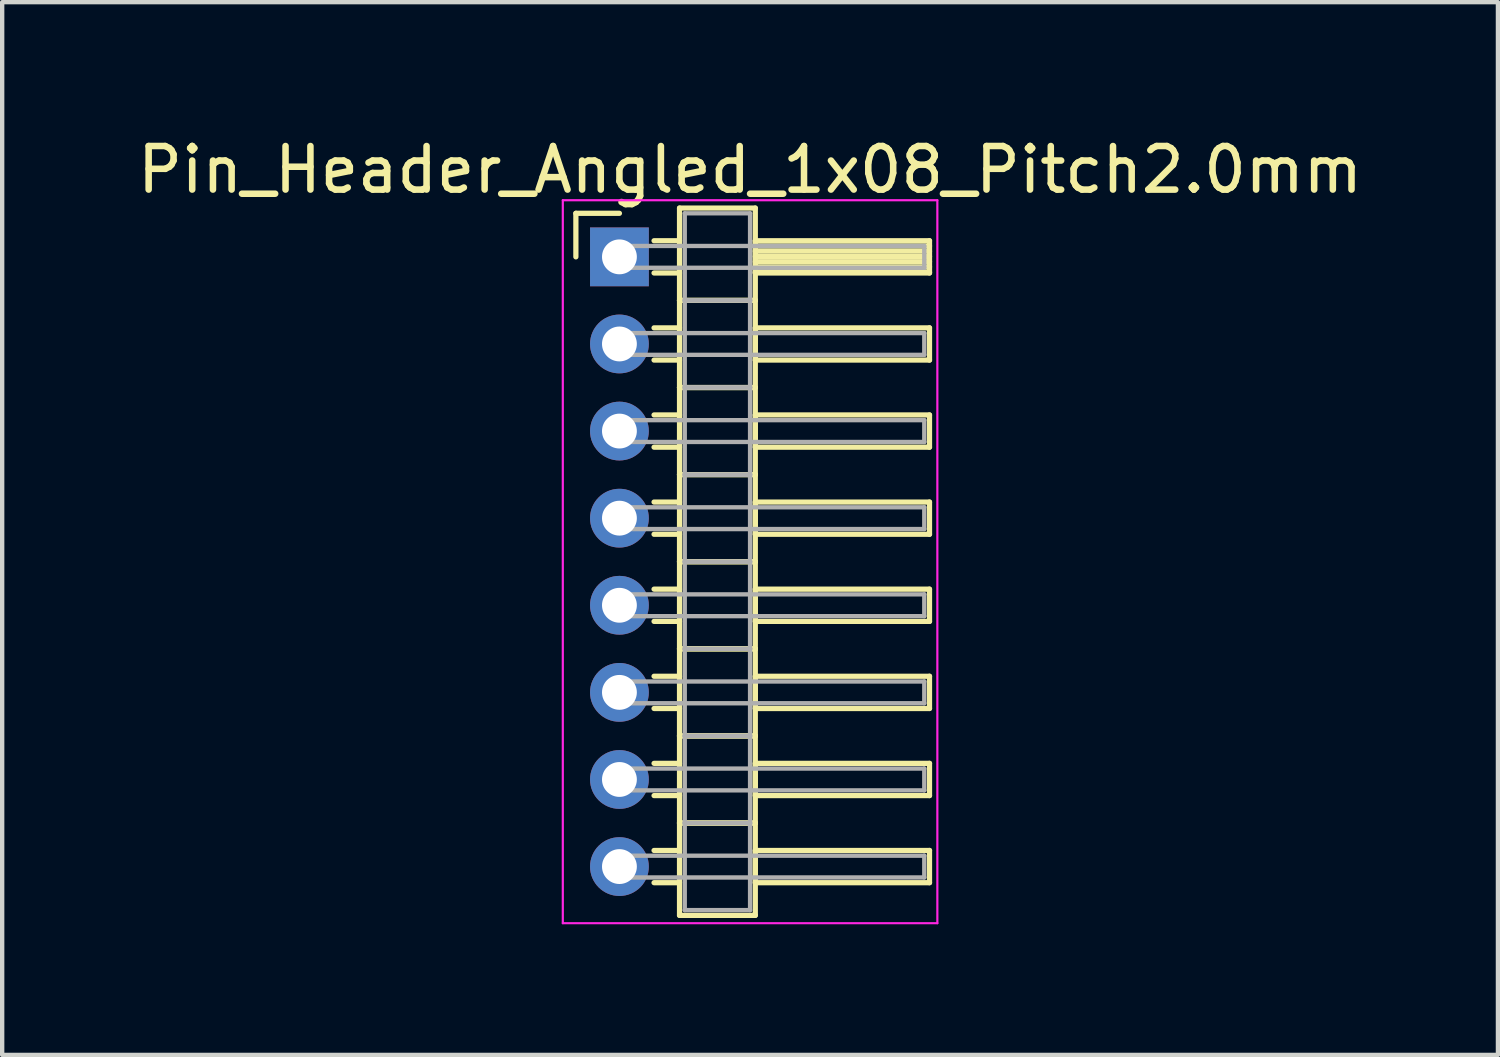
<source format=kicad_pcb>
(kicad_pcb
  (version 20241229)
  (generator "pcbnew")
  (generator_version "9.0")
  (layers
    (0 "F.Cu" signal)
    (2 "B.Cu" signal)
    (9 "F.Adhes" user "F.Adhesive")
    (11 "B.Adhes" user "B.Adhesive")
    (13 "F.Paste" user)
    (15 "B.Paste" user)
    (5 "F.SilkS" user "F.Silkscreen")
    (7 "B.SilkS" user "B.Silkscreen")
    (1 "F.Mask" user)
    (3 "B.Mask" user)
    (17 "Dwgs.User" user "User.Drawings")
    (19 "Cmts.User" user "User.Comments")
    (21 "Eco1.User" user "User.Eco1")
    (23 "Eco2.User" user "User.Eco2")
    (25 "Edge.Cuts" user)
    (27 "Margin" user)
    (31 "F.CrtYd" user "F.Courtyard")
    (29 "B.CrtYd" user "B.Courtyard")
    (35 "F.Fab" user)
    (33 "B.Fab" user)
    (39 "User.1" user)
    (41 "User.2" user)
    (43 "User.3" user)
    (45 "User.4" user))
  (footprint "Pin_Header_Angled_1x08_Pitch2.0mm"
    (layer "F.Cu")
    (at 11.173 2.848)
    (property "Reference" "Pin_Header_Angled_1x08_Pitch2.0mm" (at 3 -2 0) (layer "F.SilkS") (effects (font (size 1 1) (thickness 0.15))))
    (attr through_hole)
    (fp_line (start -1 -1) (end 0 -1) (stroke (width 0.12) (type solid)) (layer "F.SilkS"))
    (fp_line (start -1 0) (end -1 -1) (stroke (width 0.12) (type solid)) (layer "F.SilkS"))
    (fp_line (start 0.795 -0.37) (end 1.38 -0.37) (stroke (width 0.12) (type solid)) (layer "F.SilkS"))
    (fp_line (start 0.795 0.37) (end 1.38 0.37) (stroke (width 0.12) (type solid)) (layer "F.SilkS"))
    (fp_line (start 0.795 1.63) (end 1.38 1.63) (stroke (width 0.12) (type solid)) (layer "F.SilkS"))
    (fp_line (start 0.795 2.37) (end 1.38 2.37) (stroke (width 0.12) (type solid)) (layer "F.SilkS"))
    (fp_line (start 0.795 3.63) (end 1.38 3.63) (stroke (width 0.12) (type solid)) (layer "F.SilkS"))
    (fp_line (start 0.795 4.37) (end 1.38 4.37) (stroke (width 0.12) (type solid)) (layer "F.SilkS"))
    (fp_line (start 0.795 5.63) (end 1.38 5.63) (stroke (width 0.12) (type solid)) (layer "F.SilkS"))
    (fp_line (start 0.795 6.37) (end 1.38 6.37) (stroke (width 0.12) (type solid)) (layer "F.SilkS"))
    (fp_line (start 0.795 7.63) (end 1.38 7.63) (stroke (width 0.12) (type solid)) (layer "F.SilkS"))
    (fp_line (start 0.795 8.37) (end 1.38 8.37) (stroke (width 0.12) (type solid)) (layer "F.SilkS"))
    (fp_line (start 0.795 9.63) (end 1.38 9.63) (stroke (width 0.12) (type solid)) (layer "F.SilkS"))
    (fp_line (start 0.795 10.37) (end 1.38 10.37) (stroke (width 0.12) (type solid)) (layer "F.SilkS"))
    (fp_line (start 0.795 11.63) (end 1.38 11.63) (stroke (width 0.12) (type solid)) (layer "F.SilkS"))
    (fp_line (start 0.795 12.37) (end 1.38 12.37) (stroke (width 0.12) (type solid)) (layer "F.SilkS"))
    (fp_line (start 0.795 13.63) (end 1.38 13.63) (stroke (width 0.12) (type solid)) (layer "F.SilkS"))
    (fp_line (start 0.795 14.37) (end 1.38 14.37) (stroke (width 0.12) (type solid)) (layer "F.SilkS"))
    (fp_line (start 1.38 -1.12) (end 1.38 1) (stroke (width 0.12) (type solid)) (layer "F.SilkS"))
    (fp_line (start 1.38 1) (end 1.38 3) (stroke (width 0.12) (type solid)) (layer "F.SilkS"))
    (fp_line (start 1.38 1) (end 3.12 1) (stroke (width 0.12) (type solid)) (layer "F.SilkS"))
    (fp_line (start 1.38 3) (end 1.38 5) (stroke (width 0.12) (type solid)) (layer "F.SilkS"))
    (fp_line (start 1.38 3) (end 3.12 3) (stroke (width 0.12) (type solid)) (layer "F.SilkS"))
    (fp_line (start 1.38 5) (end 1.38 7) (stroke (width 0.12) (type solid)) (layer "F.SilkS"))
    (fp_line (start 1.38 5) (end 3.12 5) (stroke (width 0.12) (type solid)) (layer "F.SilkS"))
    (fp_line (start 1.38 7) (end 1.38 9) (stroke (width 0.12) (type solid)) (layer "F.SilkS"))
    (fp_line (start 1.38 7) (end 3.12 7) (stroke (width 0.12) (type solid)) (layer "F.SilkS"))
    (fp_line (start 1.38 9) (end 1.38 11) (stroke (width 0.12) (type solid)) (layer "F.SilkS"))
    (fp_line (start 1.38 9) (end 3.12 9) (stroke (width 0.12) (type solid)) (layer "F.SilkS"))
    (fp_line (start 1.38 11) (end 1.38 13) (stroke (width 0.12) (type solid)) (layer "F.SilkS"))
    (fp_line (start 1.38 11) (end 3.12 11) (stroke (width 0.12) (type solid)) (layer "F.SilkS"))
    (fp_line (start 1.38 13) (end 1.38 15.12) (stroke (width 0.12) (type solid)) (layer "F.SilkS"))
    (fp_line (start 1.38 13) (end 3.12 13) (stroke (width 0.12) (type solid)) (layer "F.SilkS"))
    (fp_line (start 1.38 15.12) (end 3.12 15.12) (stroke (width 0.12) (type solid)) (layer "F.SilkS"))
    (fp_line (start 3.12 -1.12) (end 1.38 -1.12) (stroke (width 0.12) (type solid)) (layer "F.SilkS"))
    (fp_line (start 3.12 -0.37) (end 3.12 0.37) (stroke (width 0.12) (type solid)) (layer "F.SilkS"))
    (fp_line (start 3.12 -0.25) (end 7.12 -0.25) (stroke (width 0.12) (type solid)) (layer "F.SilkS"))
    (fp_line (start 3.12 -0.13) (end 7.12 -0.13) (stroke (width 0.12) (type solid)) (layer "F.SilkS"))
    (fp_line (start 3.12 -0.01) (end 7.12 -0.01) (stroke (width 0.12) (type solid)) (layer "F.SilkS"))
    (fp_line (start 3.12 0.11) (end 7.12 0.11) (stroke (width 0.12) (type solid)) (layer "F.SilkS"))
    (fp_line (start 3.12 0.23) (end 7.12 0.23) (stroke (width 0.12) (type solid)) (layer "F.SilkS"))
    (fp_line (start 3.12 0.35) (end 7.12 0.35) (stroke (width 0.12) (type solid)) (layer "F.SilkS"))
    (fp_line (start 3.12 0.37) (end 7.12 0.37) (stroke (width 0.12) (type solid)) (layer "F.SilkS"))
    (fp_line (start 3.12 1) (end 1.38 1) (stroke (width 0.12) (type solid)) (layer "F.SilkS"))
    (fp_line (start 3.12 1) (end 3.12 -1.12) (stroke (width 0.12) (type solid)) (layer "F.SilkS"))
    (fp_line (start 3.12 1.63) (end 3.12 2.37) (stroke (width 0.12) (type solid)) (layer "F.SilkS"))
    (fp_line (start 3.12 2.37) (end 7.12 2.37) (stroke (width 0.12) (type solid)) (layer "F.SilkS"))
    (fp_line (start 3.12 3) (end 1.38 3) (stroke (width 0.12) (type solid)) (layer "F.SilkS"))
    (fp_line (start 3.12 3) (end 3.12 1) (stroke (width 0.12) (type solid)) (layer "F.SilkS"))
    (fp_line (start 3.12 3.63) (end 3.12 4.37) (stroke (width 0.12) (type solid)) (layer "F.SilkS"))
    (fp_line (start 3.12 4.37) (end 7.12 4.37) (stroke (width 0.12) (type solid)) (layer "F.SilkS"))
    (fp_line (start 3.12 5) (end 1.38 5) (stroke (width 0.12) (type solid)) (layer "F.SilkS"))
    (fp_line (start 3.12 5) (end 3.12 3) (stroke (width 0.12) (type solid)) (layer "F.SilkS"))
    (fp_line (start 3.12 5.63) (end 3.12 6.37) (stroke (width 0.12) (type solid)) (layer "F.SilkS"))
    (fp_line (start 3.12 6.37) (end 7.12 6.37) (stroke (width 0.12) (type solid)) (layer "F.SilkS"))
    (fp_line (start 3.12 7) (end 1.38 7) (stroke (width 0.12) (type solid)) (layer "F.SilkS"))
    (fp_line (start 3.12 7) (end 3.12 5) (stroke (width 0.12) (type solid)) (layer "F.SilkS"))
    (fp_line (start 3.12 7.63) (end 3.12 8.37) (stroke (width 0.12) (type solid)) (layer "F.SilkS"))
    (fp_line (start 3.12 8.37) (end 7.12 8.37) (stroke (width 0.12) (type solid)) (layer "F.SilkS"))
    (fp_line (start 3.12 9) (end 1.38 9) (stroke (width 0.12) (type solid)) (layer "F.SilkS"))
    (fp_line (start 3.12 9) (end 3.12 7) (stroke (width 0.12) (type solid)) (layer "F.SilkS"))
    (fp_line (start 3.12 9.63) (end 3.12 10.37) (stroke (width 0.12) (type solid)) (layer "F.SilkS"))
    (fp_line (start 3.12 10.37) (end 7.12 10.37) (stroke (width 0.12) (type solid)) (layer "F.SilkS"))
    (fp_line (start 3.12 11) (end 1.38 11) (stroke (width 0.12) (type solid)) (layer "F.SilkS"))
    (fp_line (start 3.12 11) (end 3.12 9) (stroke (width 0.12) (type solid)) (layer "F.SilkS"))
    (fp_line (start 3.12 11.63) (end 3.12 12.37) (stroke (width 0.12) (type solid)) (layer "F.SilkS"))
    (fp_line (start 3.12 12.37) (end 7.12 12.37) (stroke (width 0.12) (type solid)) (layer "F.SilkS"))
    (fp_line (start 3.12 13) (end 1.38 13) (stroke (width 0.12) (type solid)) (layer "F.SilkS"))
    (fp_line (start 3.12 13) (end 3.12 11) (stroke (width 0.12) (type solid)) (layer "F.SilkS"))
    (fp_line (start 3.12 13.63) (end 3.12 14.37) (stroke (width 0.12) (type solid)) (layer "F.SilkS"))
    (fp_line (start 3.12 14.37) (end 7.12 14.37) (stroke (width 0.12) (type solid)) (layer "F.SilkS"))
    (fp_line (start 3.12 15.12) (end 3.12 13) (stroke (width 0.12) (type solid)) (layer "F.SilkS"))
    (fp_line (start 7.12 -0.37) (end 3.12 -0.37) (stroke (width 0.12) (type solid)) (layer "F.SilkS"))
    (fp_line (start 7.12 0.37) (end 7.12 -0.37) (stroke (width 0.12) (type solid)) (layer "F.SilkS"))
    (fp_line (start 7.12 1.63) (end 3.12 1.63) (stroke (width 0.12) (type solid)) (layer "F.SilkS"))
    (fp_line (start 7.12 2.37) (end 7.12 1.63) (stroke (width 0.12) (type solid)) (layer "F.SilkS"))
    (fp_line (start 7.12 3.63) (end 3.12 3.63) (stroke (width 0.12) (type solid)) (layer "F.SilkS"))
    (fp_line (start 7.12 4.37) (end 7.12 3.63) (stroke (width 0.12) (type solid)) (layer "F.SilkS"))
    (fp_line (start 7.12 5.63) (end 3.12 5.63) (stroke (width 0.12) (type solid)) (layer "F.SilkS"))
    (fp_line (start 7.12 6.37) (end 7.12 5.63) (stroke (width 0.12) (type solid)) (layer "F.SilkS"))
    (fp_line (start 7.12 7.63) (end 3.12 7.63) (stroke (width 0.12) (type solid)) (layer "F.SilkS"))
    (fp_line (start 7.12 8.37) (end 7.12 7.63) (stroke (width 0.12) (type solid)) (layer "F.SilkS"))
    (fp_line (start 7.12 9.63) (end 3.12 9.63) (stroke (width 0.12) (type solid)) (layer "F.SilkS"))
    (fp_line (start 7.12 10.37) (end 7.12 9.63) (stroke (width 0.12) (type solid)) (layer "F.SilkS"))
    (fp_line (start 7.12 11.63) (end 3.12 11.63) (stroke (width 0.12) (type solid)) (layer "F.SilkS"))
    (fp_line (start 7.12 12.37) (end 7.12 11.63) (stroke (width 0.12) (type solid)) (layer "F.SilkS"))
    (fp_line (start 7.12 13.63) (end 3.12 13.63) (stroke (width 0.12) (type solid)) (layer "F.SilkS"))
    (fp_line (start 7.12 14.37) (end 7.12 13.63) (stroke (width 0.12) (type solid)) (layer "F.SilkS"))
    (fp_line (start -1.3 -1.3) (end -1.3 15.3) (stroke (width 0.05) (type solid)) (layer "F.CrtYd"))
    (fp_line (start -1.3 15.3) (end 7.3 15.3) (stroke (width 0.05) (type solid)) (layer "F.CrtYd"))
    (fp_line (start 7.3 -1.3) (end -1.3 -1.3) (stroke (width 0.05) (type solid)) (layer "F.CrtYd"))
    (fp_line (start 7.3 15.3) (end 7.3 -1.3) (stroke (width 0.05) (type solid)) (layer "F.CrtYd"))
    (fp_line (start 0 -0.25) (end 0 0.25) (stroke (width 0.1) (type solid)) (layer "F.Fab"))
    (fp_line (start 0 0.25) (end 7 0.25) (stroke (width 0.1) (type solid)) (layer "F.Fab"))
    (fp_line (start 0 1.75) (end 0 2.25) (stroke (width 0.1) (type solid)) (layer "F.Fab"))
    (fp_line (start 0 2.25) (end 7 2.25) (stroke (width 0.1) (type solid)) (layer "F.Fab"))
    (fp_line (start 0 3.75) (end 0 4.25) (stroke (width 0.1) (type solid)) (layer "F.Fab"))
    (fp_line (start 0 4.25) (end 7 4.25) (stroke (width 0.1) (type solid)) (layer "F.Fab"))
    (fp_line (start 0 5.75) (end 0 6.25) (stroke (width 0.1) (type solid)) (layer "F.Fab"))
    (fp_line (start 0 6.25) (end 7 6.25) (stroke (width 0.1) (type solid)) (layer "F.Fab"))
    (fp_line (start 0 7.75) (end 0 8.25) (stroke (width 0.1) (type solid)) (layer "F.Fab"))
    (fp_line (start 0 8.25) (end 7 8.25) (stroke (width 0.1) (type solid)) (layer "F.Fab"))
    (fp_line (start 0 9.75) (end 0 10.25) (stroke (width 0.1) (type solid)) (layer "F.Fab"))
    (fp_line (start 0 10.25) (end 7 10.25) (stroke (width 0.1) (type solid)) (layer "F.Fab"))
    (fp_line (start 0 11.75) (end 0 12.25) (stroke (width 0.1) (type solid)) (layer "F.Fab"))
    (fp_line (start 0 12.25) (end 7 12.25) (stroke (width 0.1) (type solid)) (layer "F.Fab"))
    (fp_line (start 0 13.75) (end 0 14.25) (stroke (width 0.1) (type solid)) (layer "F.Fab"))
    (fp_line (start 0 14.25) (end 7 14.25) (stroke (width 0.1) (type solid)) (layer "F.Fab"))
    (fp_line (start 1.5 -1) (end 1.5 1) (stroke (width 0.1) (type solid)) (layer "F.Fab"))
    (fp_line (start 1.5 1) (end 1.5 3) (stroke (width 0.1) (type solid)) (layer "F.Fab"))
    (fp_line (start 1.5 1) (end 3 1) (stroke (width 0.1) (type solid)) (layer "F.Fab"))
    (fp_line (start 1.5 3) (end 1.5 5) (stroke (width 0.1) (type solid)) (layer "F.Fab"))
    (fp_line (start 1.5 3) (end 3 3) (stroke (width 0.1) (type solid)) (layer "F.Fab"))
    (fp_line (start 1.5 5) (end 1.5 7) (stroke (width 0.1) (type solid)) (layer "F.Fab"))
    (fp_line (start 1.5 5) (end 3 5) (stroke (width 0.1) (type solid)) (layer "F.Fab"))
    (fp_line (start 1.5 7) (end 1.5 9) (stroke (width 0.1) (type solid)) (layer "F.Fab"))
    (fp_line (start 1.5 7) (end 3 7) (stroke (width 0.1) (type solid)) (layer "F.Fab"))
    (fp_line (start 1.5 9) (end 1.5 11) (stroke (width 0.1) (type solid)) (layer "F.Fab"))
    (fp_line (start 1.5 9) (end 3 9) (stroke (width 0.1) (type solid)) (layer "F.Fab"))
    (fp_line (start 1.5 11) (end 1.5 13) (stroke (width 0.1) (type solid)) (layer "F.Fab"))
    (fp_line (start 1.5 11) (end 3 11) (stroke (width 0.1) (type solid)) (layer "F.Fab"))
    (fp_line (start 1.5 13) (end 1.5 15) (stroke (width 0.1) (type solid)) (layer "F.Fab"))
    (fp_line (start 1.5 13) (end 3 13) (stroke (width 0.1) (type solid)) (layer "F.Fab"))
    (fp_line (start 1.5 15) (end 3 15) (stroke (width 0.1) (type solid)) (layer "F.Fab"))
    (fp_line (start 3 -1) (end 1.5 -1) (stroke (width 0.1) (type solid)) (layer "F.Fab"))
    (fp_line (start 3 1) (end 1.5 1) (stroke (width 0.1) (type solid)) (layer "F.Fab"))
    (fp_line (start 3 1) (end 3 -1) (stroke (width 0.1) (type solid)) (layer "F.Fab"))
    (fp_line (start 3 3) (end 1.5 3) (stroke (width 0.1) (type solid)) (layer "F.Fab"))
    (fp_line (start 3 3) (end 3 1) (stroke (width 0.1) (type solid)) (layer "F.Fab"))
    (fp_line (start 3 5) (end 1.5 5) (stroke (width 0.1) (type solid)) (layer "F.Fab"))
    (fp_line (start 3 5) (end 3 3) (stroke (width 0.1) (type solid)) (layer "F.Fab"))
    (fp_line (start 3 7) (end 1.5 7) (stroke (width 0.1) (type solid)) (layer "F.Fab"))
    (fp_line (start 3 7) (end 3 5) (stroke (width 0.1) (type solid)) (layer "F.Fab"))
    (fp_line (start 3 9) (end 1.5 9) (stroke (width 0.1) (type solid)) (layer "F.Fab"))
    (fp_line (start 3 9) (end 3 7) (stroke (width 0.1) (type solid)) (layer "F.Fab"))
    (fp_line (start 3 11) (end 1.5 11) (stroke (width 0.1) (type solid)) (layer "F.Fab"))
    (fp_line (start 3 11) (end 3 9) (stroke (width 0.1) (type solid)) (layer "F.Fab"))
    (fp_line (start 3 13) (end 1.5 13) (stroke (width 0.1) (type solid)) (layer "F.Fab"))
    (fp_line (start 3 13) (end 3 11) (stroke (width 0.1) (type solid)) (layer "F.Fab"))
    (fp_line (start 3 15) (end 3 13) (stroke (width 0.1) (type solid)) (layer "F.Fab"))
    (fp_line (start 7 -0.25) (end 0 -0.25) (stroke (width 0.1) (type solid)) (layer "F.Fab"))
    (fp_line (start 7 0.25) (end 7 -0.25) (stroke (width 0.1) (type solid)) (layer "F.Fab"))
    (fp_line (start 7 1.75) (end 0 1.75) (stroke (width 0.1) (type solid)) (layer "F.Fab"))
    (fp_line (start 7 2.25) (end 7 1.75) (stroke (width 0.1) (type solid)) (layer "F.Fab"))
    (fp_line (start 7 3.75) (end 0 3.75) (stroke (width 0.1) (type solid)) (layer "F.Fab"))
    (fp_line (start 7 4.25) (end 7 3.75) (stroke (width 0.1) (type solid)) (layer "F.Fab"))
    (fp_line (start 7 5.75) (end 0 5.75) (stroke (width 0.1) (type solid)) (layer "F.Fab"))
    (fp_line (start 7 6.25) (end 7 5.75) (stroke (width 0.1) (type solid)) (layer "F.Fab"))
    (fp_line (start 7 7.75) (end 0 7.75) (stroke (width 0.1) (type solid)) (layer "F.Fab"))
    (fp_line (start 7 8.25) (end 7 7.75) (stroke (width 0.1) (type solid)) (layer "F.Fab"))
    (fp_line (start 7 9.75) (end 0 9.75) (stroke (width 0.1) (type solid)) (layer "F.Fab"))
    (fp_line (start 7 10.25) (end 7 9.75) (stroke (width 0.1) (type solid)) (layer "F.Fab"))
    (fp_line (start 7 11.75) (end 0 11.75) (stroke (width 0.1) (type solid)) (layer "F.Fab"))
    (fp_line (start 7 12.25) (end 7 11.75) (stroke (width 0.1) (type solid)) (layer "F.Fab"))
    (fp_line (start 7 13.75) (end 0 13.75) (stroke (width 0.1) (type solid)) (layer "F.Fab"))
    (fp_line (start 7 14.25) (end 7 13.75) (stroke (width 0.1) (type solid)) (layer "F.Fab"))
    (pad "1" thru_hole rect (at 0 0) (size 1.35 1.35) (drill 0.8) (layers "*.Cu" "*.Mask"))
    (pad "2" thru_hole oval (at 0 2) (size 1.35 1.35) (drill 0.8) (layers "*.Cu" "*.Mask"))
    (pad "3" thru_hole oval (at 0 4) (size 1.35 1.35) (drill 0.8) (layers "*.Cu" "*.Mask"))
    (pad "4" thru_hole oval (at 0 6) (size 1.35 1.35) (drill 0.8) (layers "*.Cu" "*.Mask"))
    (pad "5" thru_hole oval (at 0 8) (size 1.35 1.35) (drill 0.8) (layers "*.Cu" "*.Mask"))
    (pad "6" thru_hole oval (at 0 10) (size 1.35 1.35) (drill 0.8) (layers "*.Cu" "*.Mask"))
    (pad "7" thru_hole oval (at 0 12) (size 1.35 1.35) (drill 0.8) (layers "*.Cu" "*.Mask"))
    (pad "8" thru_hole oval (at 0 14) (size 1.35 1.35) (drill 0.8) (layers "*.Cu" "*.Mask")))
  (gr_rect
    (start -3 -3)
    (end 31.345 21.173)
    (stroke (width 0.1) (type default))
    (fill no)
    (layer "Edge.Cuts")))
</source>
